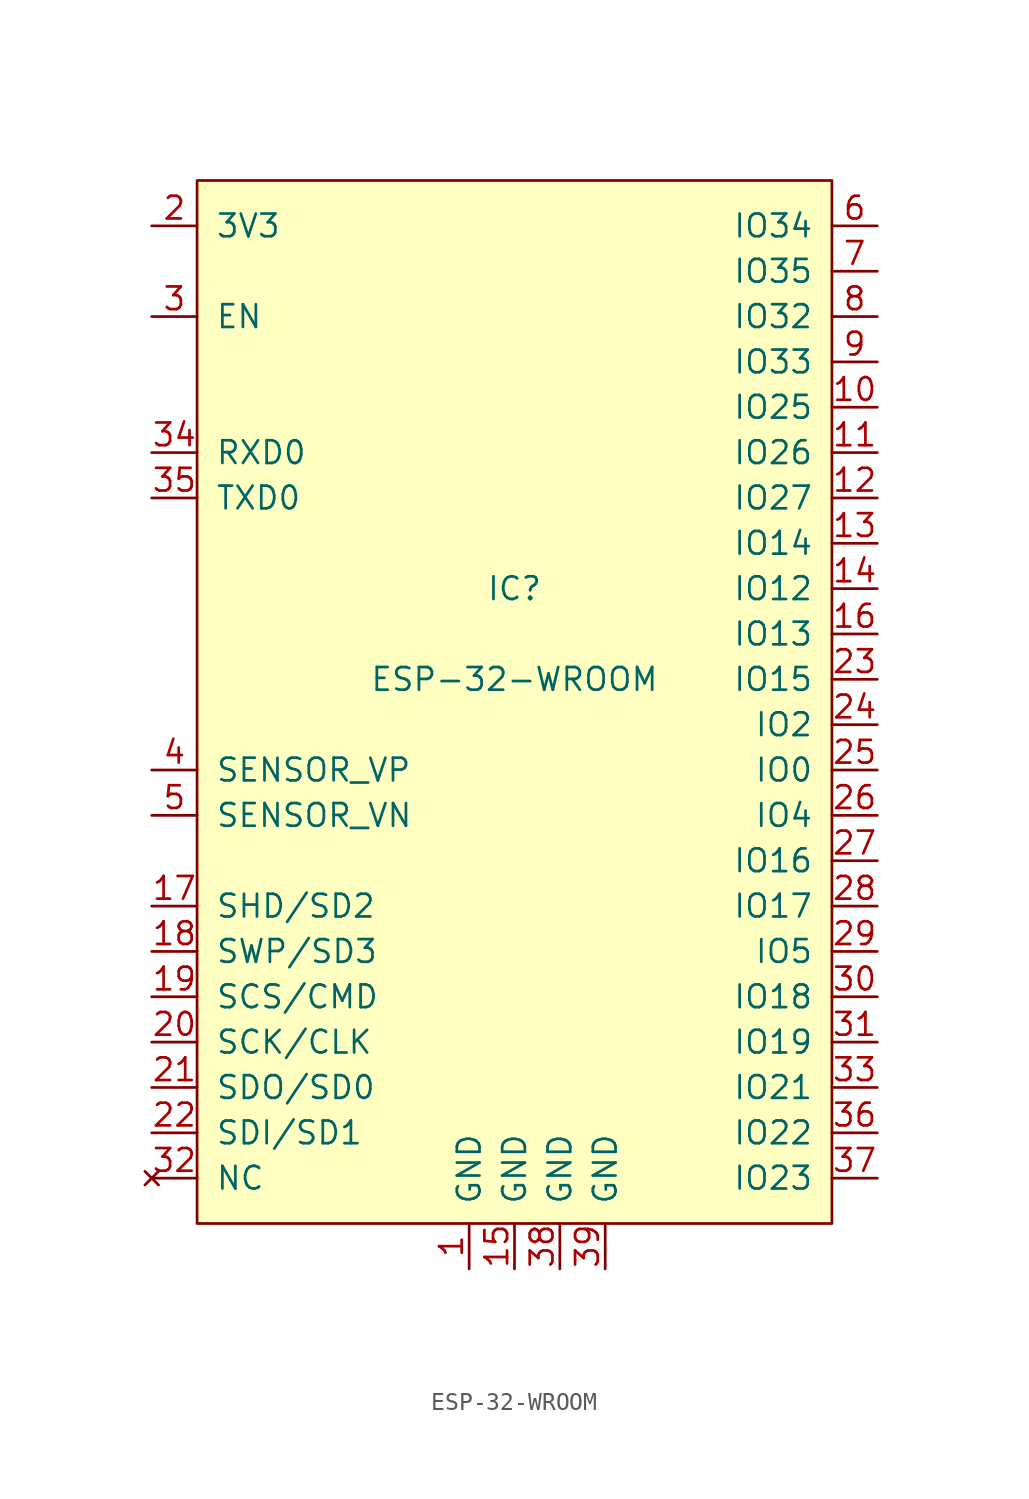
<source format=kicad_sym>
(kicad_symbol_lib
  (version 20211014)
  (generator kicad_symbol_editor)
  (symbol "ESP-32-WROOM"
    (pin_names
      (offset 1.016))
    (property "Reference" "IC"
      (at 0 5.08 0)
      (effects (font (size 1.27 1.27))))
    (property "Value" "ESP-32-WROOM"
      (at 0 0 0)
      (effects (font (size 1.27 1.27))))
    (symbol "ESP-32-WROOM_0_1"
      (rectangle (start -17.78 27.94) (end 17.78 -30.48) (stroke (width 0) (type default) (color 0 0 0 0)) (fill (type background))))
    (symbol "ESP-32-WROOM_1_1"
      (pin power_in line (at -2.54 -33.02 90) (length 2.54) (name "GND" (effects (font (size 1.27 1.27)))) (number "1" (effects (font (size 1.27 1.27)))))
      (pin bidirectional line (at 20.32 15.24 180) (length 2.54) (name "IO25" (effects (font (size 1.27 1.27)))) (number "10" (effects (font (size 1.27 1.27)))))
      (pin bidirectional line (at 20.32 12.7 180) (length 2.54) (name "IO26" (effects (font (size 1.27 1.27)))) (number "11" (effects (font (size 1.27 1.27)))))
      (pin bidirectional line (at 20.32 10.16 180) (length 2.54) (name "IO27" (effects (font (size 1.27 1.27)))) (number "12" (effects (font (size 1.27 1.27)))))
      (pin bidirectional line (at 20.32 7.62 180) (length 2.54) (name "IO14" (effects (font (size 1.27 1.27)))) (number "13" (effects (font (size 1.27 1.27)))))
      (pin bidirectional line (at 20.32 5.08 180) (length 2.54) (name "IO12" (effects (font (size 1.27 1.27)))) (number "14" (effects (font (size 1.27 1.27)))))
      (pin power_in line (at 0 -33.02 90) (length 2.54) (name "GND" (effects (font (size 1.27 1.27)))) (number "15" (effects (font (size 1.27 1.27)))))
      (pin bidirectional line (at 20.32 2.54 180) (length 2.54) (name "IO13" (effects (font (size 1.27 1.27)))) (number "16" (effects (font (size 1.27 1.27)))))
      (pin bidirectional line (at -20.32 -12.7 0) (length 2.54) (name "SHD/SD2" (effects (font (size 1.27 1.27)))) (number "17" (effects (font (size 1.27 1.27)))))
      (pin bidirectional line (at -20.32 -15.24 0) (length 2.54) (name "SWP/SD3" (effects (font (size 1.27 1.27)))) (number "18" (effects (font (size 1.27 1.27)))))
      (pin bidirectional line (at -20.32 -17.78 0) (length 2.54) (name "SCS/CMD" (effects (font (size 1.27 1.27)))) (number "19" (effects (font (size 1.27 1.27)))))
      (pin power_in line (at -20.32 25.4 0) (length 2.54) (name "3V3" (effects (font (size 1.27 1.27)))) (number "2" (effects (font (size 1.27 1.27)))))
      (pin bidirectional line (at -20.32 -20.32 0) (length 2.54) (name "SCK/CLK" (effects (font (size 1.27 1.27)))) (number "20" (effects (font (size 1.27 1.27)))))
      (pin bidirectional line (at -20.32 -22.86 0) (length 2.54) (name "SDO/SD0" (effects (font (size 1.27 1.27)))) (number "21" (effects (font (size 1.27 1.27)))))
      (pin bidirectional line (at -20.32 -25.4 0) (length 2.54) (name "SDI/SD1" (effects (font (size 1.27 1.27)))) (number "22" (effects (font (size 1.27 1.27)))))
      (pin bidirectional line (at 20.32 0 180) (length 2.54) (name "IO15" (effects (font (size 1.27 1.27)))) (number "23" (effects (font (size 1.27 1.27)))))
      (pin bidirectional line (at 20.32 -2.54 180) (length 2.54) (name "IO2" (effects (font (size 1.27 1.27)))) (number "24" (effects (font (size 1.27 1.27)))))
      (pin bidirectional line (at 20.32 -5.08 180) (length 2.54) (name "IO0" (effects (font (size 1.27 1.27)))) (number "25" (effects (font (size 1.27 1.27)))))
      (pin bidirectional line (at 20.32 -7.62 180) (length 2.54) (name "IO4" (effects (font (size 1.27 1.27)))) (number "26" (effects (font (size 1.27 1.27)))))
      (pin bidirectional line (at 20.32 -10.16 180) (length 2.54) (name "IO16" (effects (font (size 1.27 1.27)))) (number "27" (effects (font (size 1.27 1.27)))))
      (pin bidirectional line (at 20.32 -12.7 180) (length 2.54) (name "IO17" (effects (font (size 1.27 1.27)))) (number "28" (effects (font (size 1.27 1.27)))))
      (pin bidirectional line (at 20.32 -15.24 180) (length 2.54) (name "IO5" (effects (font (size 1.27 1.27)))) (number "29" (effects (font (size 1.27 1.27)))))
      (pin input line (at -20.32 20.32 0) (length 2.54) (name "EN" (effects (font (size 1.27 1.27)))) (number "3" (effects (font (size 1.27 1.27)))))
      (pin bidirectional line (at 20.32 -17.78 180) (length 2.54) (name "IO18" (effects (font (size 1.27 1.27)))) (number "30" (effects (font (size 1.27 1.27)))))
      (pin bidirectional line (at 20.32 -20.32 180) (length 2.54) (name "IO19" (effects (font (size 1.27 1.27)))) (number "31" (effects (font (size 1.27 1.27)))))
      (pin no_connect line (at -20.32 -27.94 0) (length 2.54) (name "NC" (effects (font (size 1.27 1.27)))) (number "32" (effects (font (size 1.27 1.27)))))
      (pin bidirectional line (at 20.32 -22.86 180) (length 2.54) (name "IO21" (effects (font (size 1.27 1.27)))) (number "33" (effects (font (size 1.27 1.27)))))
      (pin bidirectional line (at -20.32 12.7 0) (length 2.54) (name "RXD0" (effects (font (size 1.27 1.27)))) (number "34" (effects (font (size 1.27 1.27)))))
      (pin bidirectional line (at -20.32 10.16 0) (length 2.54) (name "TXD0" (effects (font (size 1.27 1.27)))) (number "35" (effects (font (size 1.27 1.27)))))
      (pin bidirectional line (at 20.32 -25.4 180) (length 2.54) (name "IO22" (effects (font (size 1.27 1.27)))) (number "36" (effects (font (size 1.27 1.27)))))
      (pin bidirectional line (at 20.32 -27.94 180) (length 2.54) (name "IO23" (effects (font (size 1.27 1.27)))) (number "37" (effects (font (size 1.27 1.27)))))
      (pin power_in line (at 2.54 -33.02 90) (length 2.54) (name "GND" (effects (font (size 1.27 1.27)))) (number "38" (effects (font (size 1.27 1.27)))))
      (pin power_in line (at 5.08 -33.02 90) (length 2.54) (name "GND" (effects (font (size 1.27 1.27)))) (number "39" (effects (font (size 1.27 1.27)))))
      (pin input line (at -20.32 -5.08 0) (length 2.54) (name "SENSOR_VP" (effects (font (size 1.27 1.27)))) (number "4" (effects (font (size 1.27 1.27)))))
      (pin input line (at -20.32 -7.62 0) (length 2.54) (name "SENSOR_VN" (effects (font (size 1.27 1.27)))) (number "5" (effects (font (size 1.27 1.27)))))
      (pin input line (at 20.32 25.4 180) (length 2.54) (name "IO34" (effects (font (size 1.27 1.27)))) (number "6" (effects (font (size 1.27 1.27)))))
      (pin input line (at 20.32 22.86 180) (length 2.54) (name "IO35" (effects (font (size 1.27 1.27)))) (number "7" (effects (font (size 1.27 1.27)))))
      (pin bidirectional line (at 20.32 20.32 180) (length 2.54) (name "IO32" (effects (font (size 1.27 1.27)))) (number "8" (effects (font (size 1.27 1.27)))))
      (pin bidirectional line (at 20.32 17.78 180) (length 2.54) (name "IO33" (effects (font (size 1.27 1.27)))) (number "9" (effects (font (size 1.27 1.27))))))))
</source>
